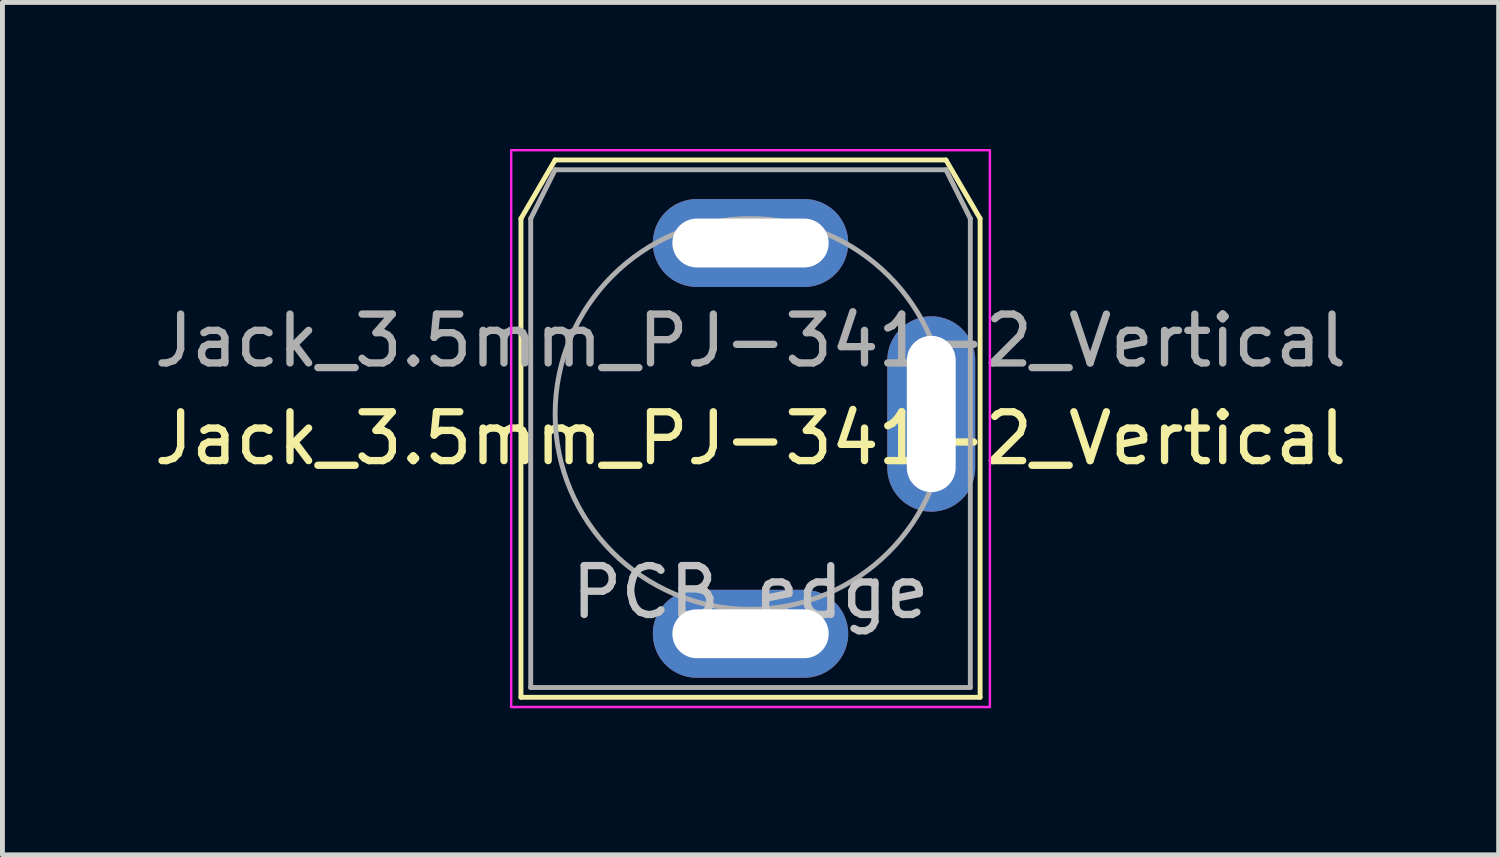
<source format=kicad_pcb>
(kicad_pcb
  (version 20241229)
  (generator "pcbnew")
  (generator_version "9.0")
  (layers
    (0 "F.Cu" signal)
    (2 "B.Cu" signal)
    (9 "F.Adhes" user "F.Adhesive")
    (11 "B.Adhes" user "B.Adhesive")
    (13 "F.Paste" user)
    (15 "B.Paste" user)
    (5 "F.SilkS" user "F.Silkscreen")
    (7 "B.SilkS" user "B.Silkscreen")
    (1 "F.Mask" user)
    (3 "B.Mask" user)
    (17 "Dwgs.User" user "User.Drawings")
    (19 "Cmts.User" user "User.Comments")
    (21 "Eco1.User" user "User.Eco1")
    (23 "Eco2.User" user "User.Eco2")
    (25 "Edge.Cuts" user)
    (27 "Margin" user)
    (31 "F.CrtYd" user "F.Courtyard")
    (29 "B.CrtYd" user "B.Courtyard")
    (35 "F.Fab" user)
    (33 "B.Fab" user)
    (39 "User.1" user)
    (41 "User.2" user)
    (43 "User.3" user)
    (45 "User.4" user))
  (footprint "Jack_3.5mm_PJ-341-2_Vertical"
    (layer "F.Cu")
    (at 12.315 5.425)
    (property "Reference" "Jack_3.5mm_PJ-341-2_Vertical" (at 0 0.5 0) (layer "F.SilkS") (effects (font (size 1 1) (thickness 0.15))))
    (attr through_hole exclude_from_pos_files exclude_from_bom)
    (fp_line (start -4.7 5.8) (end -4.7 -4) (stroke (width 0.1) (type solid)) (layer "F.SilkS"))
    (fp_line (start -4.7 5.8) (end 4.7 5.8) (stroke (width 0.1) (type solid)) (layer "F.SilkS"))
    (fp_line (start -4 -5.2) (end -4.7 -4) (stroke (width 0.1) (type default)) (layer "F.SilkS"))
    (fp_line (start -4 -5.2) (end 4 -5.2) (stroke (width 0.1) (type solid)) (layer "F.SilkS"))
    (fp_line (start 4 -5.2) (end 4.7 -4) (stroke (width 0.1) (type default)) (layer "F.SilkS"))
    (fp_line (start 4.7 5.8) (end 4.7 -4) (stroke (width 0.1) (type solid)) (layer "F.SilkS"))
    (fp_rect (start -4.9 -5.4) (end 4.9 6) (stroke (width 0.05) (type solid)) (fill no) (layer "F.CrtYd"))
    (fp_line (start -4.5 5.6) (end -4.5 -4) (stroke (width 0.1) (type solid)) (layer "F.Fab"))
    (fp_line (start -4.5 5.6) (end 4.5 5.6) (stroke (width 0.1) (type solid)) (layer "F.Fab"))
    (fp_line (start -4 -5) (end -4.5 -4) (stroke (width 0.1) (type default)) (layer "F.Fab"))
    (fp_line (start -4 -5) (end 4 -5) (stroke (width 0.1) (type solid)) (layer "F.Fab"))
    (fp_line (start 4 -5) (end 4.5 -4) (stroke (width 0.1) (type default)) (layer "F.Fab"))
    (fp_line (start 4.5 5.6) (end 4.5 -4) (stroke (width 0.1) (type solid)) (layer "F.Fab"))
    (fp_circle (center 0 0) (end 4 0) (stroke (width 0.1) (type default)) (fill no) (layer "F.Fab"))
    (fp_text user "PCB edge" (at 0 3.65 0) (unlocked yes) (layer "Dwgs.User") (effects (font (size 1 1) (thickness 0.15))))
    (fp_text user "${REFERENCE}" (at 0 -1.5 0) (layer "F.Fab") (effects (font (size 1 1) (thickness 0.15))))
    (pad "G" thru_hole oval (at 3.7 0 180) (size 1.8 4) (drill oval 1 3.2) (layers "*.Cu" "*.Mask"))
    (pad "S" thru_hole oval (at 0 -3.5 90) (size 1.8 4) (drill oval 1 3.2) (layers "*.Cu" "*.Mask"))
    (pad "T" thru_hole oval (at 0 4.5) (size 4 1.8) (drill oval 3.2 1) (layers "*.Cu" "*.Mask")))
  (gr_rect
    (start -3 -3)
    (end 27.631 14.45)
    (stroke (width 0.1) (type default))
    (fill no)
    (layer "Edge.Cuts")))
</source>
